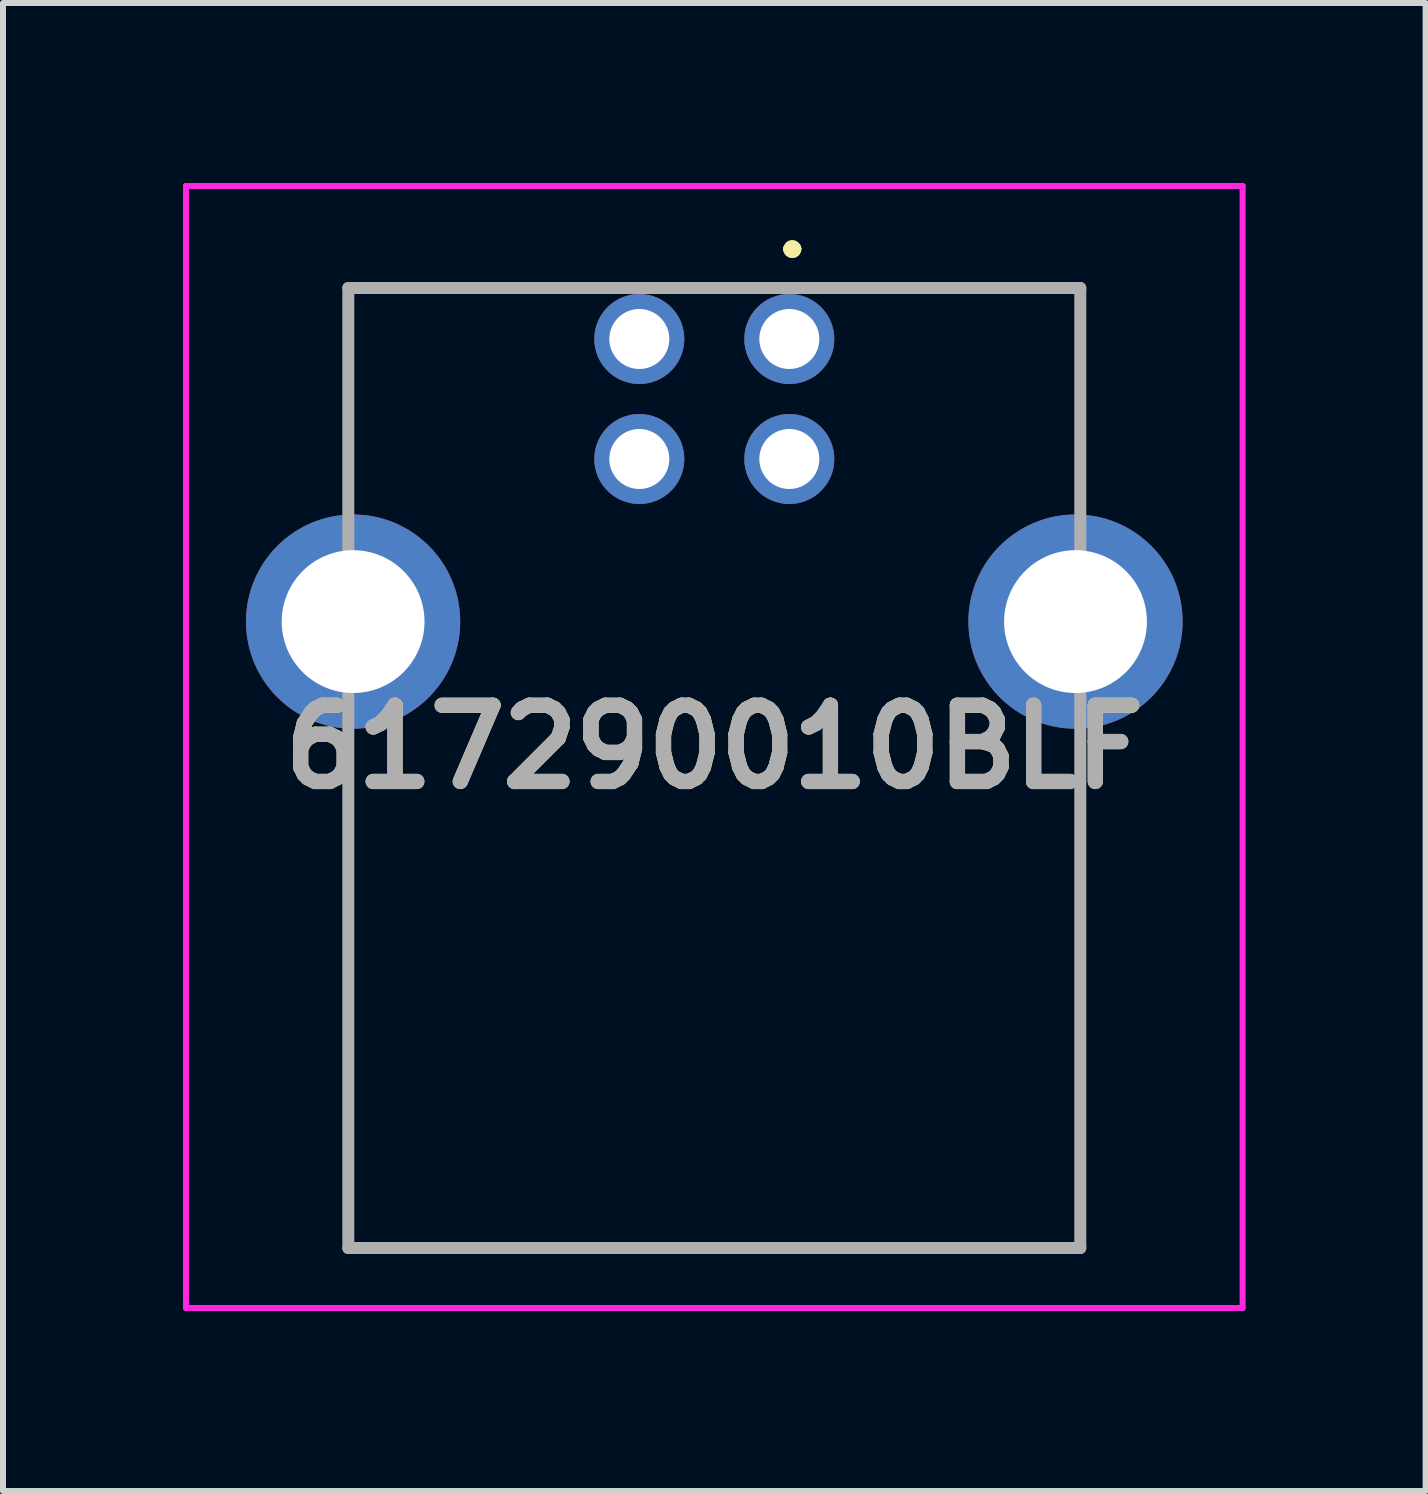
<source format=kicad_pcb>
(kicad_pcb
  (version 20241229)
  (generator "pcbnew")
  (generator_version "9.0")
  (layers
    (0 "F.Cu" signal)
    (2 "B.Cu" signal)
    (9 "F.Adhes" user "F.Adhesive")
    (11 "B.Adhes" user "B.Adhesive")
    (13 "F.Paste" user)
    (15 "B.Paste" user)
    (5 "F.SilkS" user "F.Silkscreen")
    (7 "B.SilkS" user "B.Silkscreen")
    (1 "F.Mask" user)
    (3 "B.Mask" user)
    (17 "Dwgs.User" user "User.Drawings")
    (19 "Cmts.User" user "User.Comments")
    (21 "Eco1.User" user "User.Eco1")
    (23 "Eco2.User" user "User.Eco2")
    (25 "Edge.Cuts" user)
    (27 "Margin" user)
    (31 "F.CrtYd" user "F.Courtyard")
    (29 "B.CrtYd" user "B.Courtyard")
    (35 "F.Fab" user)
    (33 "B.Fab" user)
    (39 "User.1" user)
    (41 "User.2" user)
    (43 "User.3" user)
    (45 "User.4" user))
  (footprint "617290010BLF"
    (layer "F.Cu")
    (at 10.105 2.6)
    (property "Reference" "617290010BLF" (at -1.25 6.8 0) (layer "F.SilkS") (effects (font (size 1.27 1.27) (thickness 0.254))))
    (attr through_hole)
    (fp_line (start -7.35 -0.85) (end -7.35 -0.85) (stroke (width 0.1) (type solid)) (layer "F.SilkS"))
    (fp_line (start -7.35 -0.85) (end -7.35 -0.85) (stroke (width 0.1) (type solid)) (layer "F.SilkS"))
    (fp_line (start -7.35 -0.85) (end -7.35 2.25) (stroke (width 0.1) (type solid)) (layer "F.SilkS"))
    (fp_line (start -7.35 -0.85) (end -3.25 -0.85) (stroke (width 0.1) (type solid)) (layer "F.SilkS"))
    (fp_line (start -7.35 2.25) (end -7.35 -0.85) (stroke (width 0.1) (type solid)) (layer "F.SilkS"))
    (fp_line (start -7.35 2.25) (end -7.35 2.25) (stroke (width 0.1) (type solid)) (layer "F.SilkS"))
    (fp_line (start -7.35 7) (end -7.35 7) (stroke (width 0.1) (type solid)) (layer "F.SilkS"))
    (fp_line (start -7.35 7) (end -7.35 15.15) (stroke (width 0.1) (type solid)) (layer "F.SilkS"))
    (fp_line (start -7.35 15.15) (end -7.35 7) (stroke (width 0.1) (type solid)) (layer "F.SilkS"))
    (fp_line (start -7.35 15.15) (end -7.35 15.15) (stroke (width 0.1) (type solid)) (layer "F.SilkS"))
    (fp_line (start -7.35 15.15) (end -7.35 15.15) (stroke (width 0.1) (type solid)) (layer "F.SilkS"))
    (fp_line (start -7.35 15.15) (end 4.85 15.15) (stroke (width 0.1) (type solid)) (layer "F.SilkS"))
    (fp_line (start -3.25 -0.85) (end -7.35 -0.85) (stroke (width 0.1) (type solid)) (layer "F.SilkS"))
    (fp_line (start -3.25 -0.85) (end -3.25 -0.85) (stroke (width 0.1) (type solid)) (layer "F.SilkS"))
    (fp_line (start -1.5 -0.85) (end -1.5 -0.85) (stroke (width 0.1) (type solid)) (layer "F.SilkS"))
    (fp_line (start -1.5 -0.85) (end -0.75 -0.85) (stroke (width 0.1) (type solid)) (layer "F.SilkS"))
    (fp_line (start -0.75 -0.85) (end -1.5 -0.85) (stroke (width 0.1) (type solid)) (layer "F.SilkS"))
    (fp_line (start -0.75 -0.85) (end -0.75 -0.85) (stroke (width 0.1) (type solid)) (layer "F.SilkS"))
    (fp_line (start 0 -1.5) (end 0 -1.5) (stroke (width 0.2) (type solid)) (layer "F.SilkS"))
    (fp_line (start 0 -1.5) (end 0 -1.5) (stroke (width 0.2) (type solid)) (layer "F.SilkS"))
    (fp_line (start 0.1 -1.5) (end 0.1 -1.5) (stroke (width 0.2) (type solid)) (layer "F.SilkS"))
    (fp_line (start 0.75 -0.85) (end 0.75 -0.85) (stroke (width 0.1) (type solid)) (layer "F.SilkS"))
    (fp_line (start 0.75 -0.85) (end 4.85 -0.85) (stroke (width 0.1) (type solid)) (layer "F.SilkS"))
    (fp_line (start 4.85 -0.85) (end 0.75 -0.85) (stroke (width 0.1) (type solid)) (layer "F.SilkS"))
    (fp_line (start 4.85 -0.85) (end 4.85 -0.85) (stroke (width 0.1) (type solid)) (layer "F.SilkS"))
    (fp_line (start 4.85 -0.85) (end 4.85 -0.85) (stroke (width 0.1) (type solid)) (layer "F.SilkS"))
    (fp_line (start 4.85 -0.85) (end 4.85 2.25) (stroke (width 0.1) (type solid)) (layer "F.SilkS"))
    (fp_line (start 4.85 2.25) (end 4.85 -0.85) (stroke (width 0.1) (type solid)) (layer "F.SilkS"))
    (fp_line (start 4.85 2.25) (end 4.85 2.25) (stroke (width 0.1) (type solid)) (layer "F.SilkS"))
    (fp_line (start 4.85 7) (end 4.85 7) (stroke (width 0.1) (type solid)) (layer "F.SilkS"))
    (fp_line (start 4.85 7) (end 4.85 15.15) (stroke (width 0.1) (type solid)) (layer "F.SilkS"))
    (fp_line (start 4.85 15.15) (end -7.35 15.15) (stroke (width 0.1) (type solid)) (layer "F.SilkS"))
    (fp_line (start 4.85 15.15) (end 4.85 7) (stroke (width 0.1) (type solid)) (layer "F.SilkS"))
    (fp_line (start 4.85 15.15) (end 4.85 15.15) (stroke (width 0.1) (type solid)) (layer "F.SilkS"))
    (fp_line (start 4.85 15.15) (end 4.85 15.15) (stroke (width 0.1) (type solid)) (layer "F.SilkS"))
    (fp_arc (start 0 -1.5) (mid 0.05 -1.55) (end 0.1 -1.5) (stroke (width 0.2) (type solid)) (layer "F.SilkS"))
    (fp_arc (start 0.1 -1.5) (mid 0.05 -1.45) (end 0 -1.5) (stroke (width 0.2) (type solid)) (layer "F.SilkS"))
    (fp_arc (start 0.1 -1.5) (mid 0.05 -1.45) (end 0 -1.5) (stroke (width 0.2) (type solid)) (layer "F.SilkS"))
    (fp_line (start -10.055 -2.55) (end 7.555 -2.55) (stroke (width 0.1) (type solid)) (layer "F.CrtYd"))
    (fp_line (start -10.055 16.15) (end -10.055 -2.55) (stroke (width 0.1) (type solid)) (layer "F.CrtYd"))
    (fp_line (start 7.555 -2.55) (end 7.555 16.15) (stroke (width 0.1) (type solid)) (layer "F.CrtYd"))
    (fp_line (start 7.555 16.15) (end -10.055 16.15) (stroke (width 0.1) (type solid)) (layer "F.CrtYd"))
    (fp_line (start -7.35 -0.85) (end -7.35 15.15) (stroke (width 0.2) (type solid)) (layer "F.Fab"))
    (fp_line (start -7.35 15.15) (end 4.85 15.15) (stroke (width 0.2) (type solid)) (layer "F.Fab"))
    (fp_line (start 4.85 -0.85) (end -7.35 -0.85) (stroke (width 0.2) (type solid)) (layer "F.Fab"))
    (fp_line (start 4.85 15.15) (end 4.85 -0.85) (stroke (width 0.2) (type solid)) (layer "F.Fab"))
    (fp_text user "${REFERENCE}" (at -1.25 6.8 0) (layer "F.Fab") (effects (font (size 1.27 1.27) (thickness 0.254))))
    (pad "1" thru_hole circle (at 0 0) (size 1.5 1.5) (drill 1) (layers "*.Cu" "*.Mask"))
    (pad "2" thru_hole circle (at -2.5 0) (size 1.5 1.5) (drill 1) (layers "*.Cu" "*.Mask"))
    (pad "3" thru_hole circle (at -2.5 2) (size 1.5 1.5) (drill 1) (layers "*.Cu" "*.Mask"))
    (pad "4" thru_hole circle (at 0 2) (size 1.5 1.5) (drill 1) (layers "*.Cu" "*.Mask"))
    (pad "MH1" thru_hole circle (at 4.77 4.71) (size 3.57 3.57) (drill 2.38) (layers "*.Cu" "*.Mask"))
    (pad "MH2" thru_hole circle (at -7.27 4.71) (size 3.57 3.57) (drill 2.38) (layers "*.Cu" "*.Mask")))
  (gr_rect
    (start -3 -3)
    (end 20.71 21.8)
    (stroke (width 0.1) (type default))
    (fill no)
    (layer "Edge.Cuts")))
</source>
